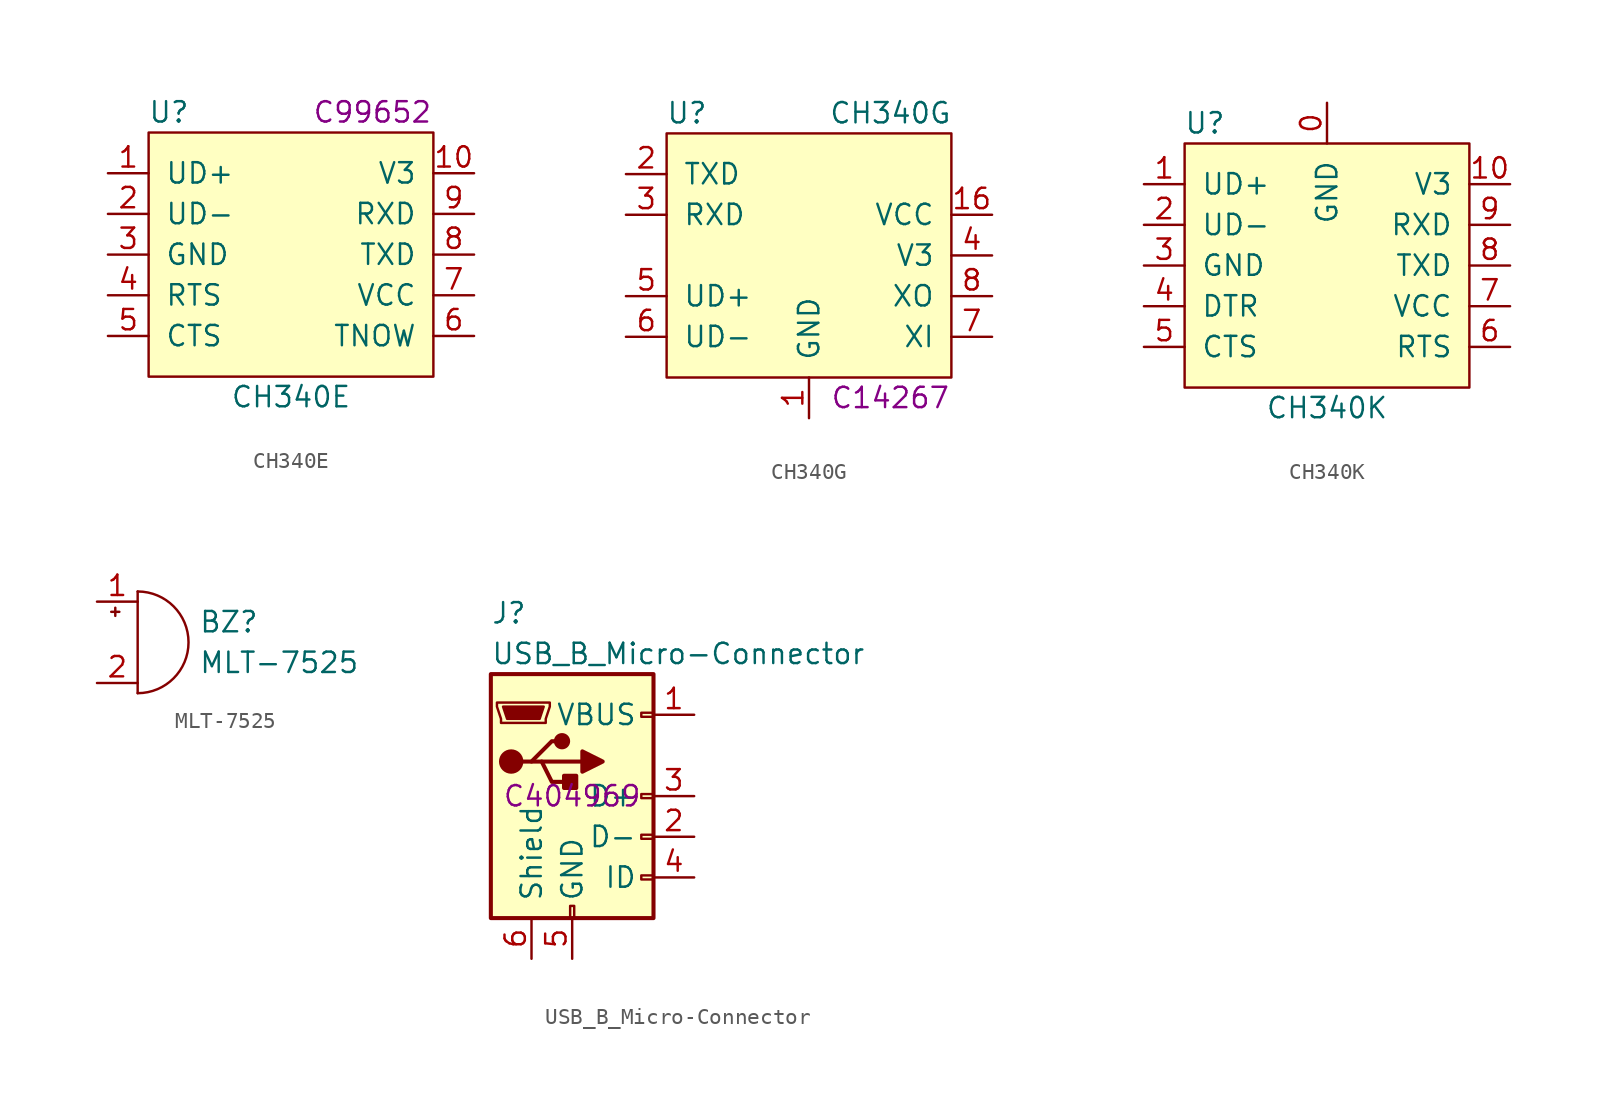
<source format=kicad_sym>
(kicad_symbol_lib
  (version 20211014)
  (generator kicad_symbol_editor)
  (symbol "CH340E"
    (pin_names
      (offset 1.016))
    (property "Reference" "U"
      (at -7.62 8.89 0)
      (effects (font (size 1.27 1.27))))
    (property "Value" "CH340E"
      (at 0 -8.89 0)
      (effects (font (size 1.27 1.27))))
    (property "LCSC" "C99652"
      (at 5.08 8.89 0)
      (effects (font (size 1.27 1.27))))
    (symbol "CH340E_0_1"
      (rectangle (start -8.89 7.62) (end 8.89 -7.62) (stroke (width 0) (type default) (color 0 0 0 0)) (fill (type background))))
    (symbol "CH340E_1_1"
      (pin input line (at -11.43 5.08 0) (length 2.54) (name "UD+" (effects (font (size 1.27 1.27)))) (number "1" (effects (font (size 1.27 1.27)))))
      (pin input line (at 11.43 5.08 180) (length 2.54) (name "V3" (effects (font (size 1.27 1.27)))) (number "10" (effects (font (size 1.27 1.27)))))
      (pin input line (at -11.43 2.54 0) (length 2.54) (name "UD-" (effects (font (size 1.27 1.27)))) (number "2" (effects (font (size 1.27 1.27)))))
      (pin input line (at -11.43 0 0) (length 2.54) (name "GND" (effects (font (size 1.27 1.27)))) (number "3" (effects (font (size 1.27 1.27)))))
      (pin input line (at -11.43 -2.54 0) (length 2.54) (name "RTS" (effects (font (size 1.27 1.27)))) (number "4" (effects (font (size 1.27 1.27)))))
      (pin input line (at -11.43 -5.08 0) (length 2.54) (name "CTS" (effects (font (size 1.27 1.27)))) (number "5" (effects (font (size 1.27 1.27)))))
      (pin input line (at 11.43 -5.08 180) (length 2.54) (name "TNOW" (effects (font (size 1.27 1.27)))) (number "6" (effects (font (size 1.27 1.27)))))
      (pin input line (at 11.43 -2.54 180) (length 2.54) (name "VCC" (effects (font (size 1.27 1.27)))) (number "7" (effects (font (size 1.27 1.27)))))
      (pin input line (at 11.43 0 180) (length 2.54) (name "TXD" (effects (font (size 1.27 1.27)))) (number "8" (effects (font (size 1.27 1.27)))))
      (pin output line (at 11.43 2.54 180) (length 2.54) (name "RXD" (effects (font (size 1.27 1.27)))) (number "9" (effects (font (size 1.27 1.27)))))))
  (symbol "CH340G"
    (pin_names
      (offset 1.016))
    (property "Reference" "U"
      (at -7.62 8.89 0)
      (effects (font (size 1.27 1.27))))
    (property "Value" "CH340G"
      (at 5.08 8.89 0)
      (effects (font (size 1.27 1.27))))
    (property "LCSC" "C14267"
      (at 5.08 -8.89 0)
      (effects (font (size 1.27 1.27))))
    (symbol "CH340G_0_1"
      (rectangle (start -8.89 7.62) (end 8.89 -7.62) (stroke (width 0) (type default) (color 0 0 0 0)) (fill (type background))))
    (symbol "CH340G_1_1"
      (pin input line (at 0 -10.16 90) (length 2.54) (name "GND" (effects (font (size 1.27 1.27)))) (number "1" (effects (font (size 1.27 1.27)))))
      (pin input line (at 11.43 2.54 180) (length 2.54) (name "VCC" (effects (font (size 1.27 1.27)))) (number "16" (effects (font (size 1.27 1.27)))))
      (pin output line (at -11.43 5.08 0) (length 2.54) (name "TXD" (effects (font (size 1.27 1.27)))) (number "2" (effects (font (size 1.27 1.27)))))
      (pin input line (at -11.43 2.54 0) (length 2.54) (name "RXD" (effects (font (size 1.27 1.27)))) (number "3" (effects (font (size 1.27 1.27)))))
      (pin input line (at 11.43 0 180) (length 2.54) (name "V3" (effects (font (size 1.27 1.27)))) (number "4" (effects (font (size 1.27 1.27)))))
      (pin input line (at -11.43 -2.54 0) (length 2.54) (name "UD+" (effects (font (size 1.27 1.27)))) (number "5" (effects (font (size 1.27 1.27)))))
      (pin input line (at -11.43 -5.08 0) (length 2.54) (name "UD-" (effects (font (size 1.27 1.27)))) (number "6" (effects (font (size 1.27 1.27)))))
      (pin input line (at 11.43 -5.08 180) (length 2.54) (name "XI" (effects (font (size 1.27 1.27)))) (number "7" (effects (font (size 1.27 1.27)))))
      (pin input line (at 11.43 -2.54 180) (length 2.54) (name "XO" (effects (font (size 1.27 1.27)))) (number "8" (effects (font (size 1.27 1.27)))))))
  (symbol "CH340K"
    (pin_names
      (offset 1.016))
    (property "Reference" "U"
      (at -7.62 8.89 0)
      (effects (font (size 1.27 1.27))))
    (property "Value" "CH340K"
      (at 0 -8.89 0)
      (effects (font (size 1.27 1.27))))
    (symbol "CH340K_0_1"
      (rectangle (start -8.89 7.62) (end 8.89 -7.62) (stroke (width 0) (type default) (color 0 0 0 0)) (fill (type background))))
    (symbol "CH340K_1_1"
      (pin input line (at 0 10.16 270) (length 2.54) (name "GND" (effects (font (size 1.27 1.27)))) (number "0" (effects (font (size 1.27 1.27)))))
      (pin input line (at -11.43 5.08 0) (length 2.54) (name "UD+" (effects (font (size 1.27 1.27)))) (number "1" (effects (font (size 1.27 1.27)))))
      (pin input line (at 11.43 5.08 180) (length 2.54) (name "V3" (effects (font (size 1.27 1.27)))) (number "10" (effects (font (size 1.27 1.27)))))
      (pin input line (at -11.43 2.54 0) (length 2.54) (name "UD-" (effects (font (size 1.27 1.27)))) (number "2" (effects (font (size 1.27 1.27)))))
      (pin input line (at -11.43 0 0) (length 2.54) (name "GND" (effects (font (size 1.27 1.27)))) (number "3" (effects (font (size 1.27 1.27)))))
      (pin input line (at -11.43 -2.54 0) (length 2.54) (name "DTR" (effects (font (size 1.27 1.27)))) (number "4" (effects (font (size 1.27 1.27)))))
      (pin input line (at -11.43 -5.08 0) (length 2.54) (name "CTS" (effects (font (size 1.27 1.27)))) (number "5" (effects (font (size 1.27 1.27)))))
      (pin input line (at 11.43 -5.08 180) (length 2.54) (name "RTS" (effects (font (size 1.27 1.27)))) (number "6" (effects (font (size 1.27 1.27)))))
      (pin input line (at 11.43 -2.54 180) (length 2.54) (name "VCC" (effects (font (size 1.27 1.27)))) (number "7" (effects (font (size 1.27 1.27)))))
      (pin input line (at 11.43 0 180) (length 2.54) (name "TXD" (effects (font (size 1.27 1.27)))) (number "8" (effects (font (size 1.27 1.27)))))
      (pin output line (at 11.43 2.54 180) (length 2.54) (name "RXD" (effects (font (size 1.27 1.27)))) (number "9" (effects (font (size 1.27 1.27)))))))
  (symbol "MLT-7525"
    (pin_names
      (offset 0.025) hide)
    (property "Reference" "BZ"
      (at 3.81 1.27 0)
      (effects (font (size 1.27 1.27)) (justify left)))
    (property "Value" "MLT-7525"
      (at 3.81 -1.27 0)
      (effects (font (size 1.27 1.27)) (justify left)))
    (symbol "MLT-7525_0_1"
      (arc (start 0 -3.175) (mid 3.175 0) (end 0 3.175) (stroke (width 0) (type default) (color 0 0 0 0)) (fill (type none)))
      (polyline (pts (xy -1.651 1.905) (xy -1.143 1.905)) (stroke (width 0) (type default) (color 0 0 0 0)) (fill (type none)))
      (polyline (pts (xy -1.397 2.159) (xy -1.397 1.651)) (stroke (width 0) (type default) (color 0 0 0 0)) (fill (type none)))
      (polyline (pts (xy 0 3.175) (xy 0 -3.175)) (stroke (width 0) (type default) (color 0 0 0 0)) (fill (type none))))
    (symbol "MLT-7525_1_1"
      (pin passive line (at -2.54 2.54 0) (length 2.54) (name "-" (effects (font (size 1.27 1.27)))) (number "1" (effects (font (size 1.27 1.27)))))
      (pin passive line (at -2.54 -2.54 0) (length 2.54) (name "+" (effects (font (size 1.27 1.27)))) (number "2" (effects (font (size 1.27 1.27)))))))
  (symbol "USB_B_Micro-Connector"
    (pin_names
      (offset 1.016))
    (property "Reference" "J"
      (at -5.08 11.43 0)
      (effects (font (size 1.27 1.27)) (justify left)))
    (property "Value" "USB_B_Micro-Connector"
      (at -5.08 8.89 0)
      (effects (font (size 1.27 1.27)) (justify left)))
    (property "LCSC" "C404969"
      (at 0 0 0)
      (effects (font (size 1.27 1.27))))
    (symbol "USB_B_Micro-Connector_0_1"
      (rectangle (start -5.08 -7.62) (end 5.08 7.62) (stroke (width 0.254) (type default) (color 0 0 0 0)) (fill (type background)))
      (circle (center -3.81 2.159) (radius 0.635) (stroke (width 0.254) (type default) (color 0 0 0 0)) (fill (type outline)))
      (circle (center -0.635 3.429) (radius 0.381) (stroke (width 0.254) (type default) (color 0 0 0 0)) (fill (type outline)))
      (rectangle (start -0.127 -7.62) (end 0.127 -6.858) (stroke (width 0) (type default) (color 0 0 0 0)) (fill (type none)))
      (polyline (pts (xy -1.905 2.159) (xy 0.635 2.159)) (stroke (width 0.254) (type default) (color 0 0 0 0)) (fill (type none)))
      (polyline (pts (xy -3.175 2.159) (xy -2.54 2.159) (xy -1.27 3.429) (xy -0.635 3.429)) (stroke (width 0.254) (type default) (color 0 0 0 0)) (fill (type none)))
      (polyline (pts (xy -2.54 2.159) (xy -1.905 2.159) (xy -1.27 0.889) (xy 0 0.889)) (stroke (width 0.254) (type default) (color 0 0 0 0)) (fill (type none)))
      (polyline (pts (xy 0.635 2.794) (xy 0.635 1.524) (xy 1.905 2.159) (xy 0.635 2.794)) (stroke (width 0.254) (type default) (color 0 0 0 0)) (fill (type outline)))
      (polyline (pts (xy -4.318 5.588) (xy -1.778 5.588) (xy -2.032 4.826) (xy -4.064 4.826) (xy -4.318 5.588)) (stroke (width 0) (type default) (color 0 0 0 0)) (fill (type outline)))
      (polyline (pts (xy -4.699 5.842) (xy -4.699 5.588) (xy -4.445 4.826) (xy -4.445 4.572) (xy -1.651 4.572) (xy -1.651 4.826) (xy -1.397 5.588) (xy -1.397 5.842) (xy -4.699 5.842)) (stroke (width 0) (type default) (color 0 0 0 0)) (fill (type none)))
      (rectangle (start 0.254 1.27) (end -0.508 0.508) (stroke (width 0.254) (type default) (color 0 0 0 0)) (fill (type outline)))
      (rectangle (start 5.08 -5.207) (end 4.318 -4.953) (stroke (width 0) (type default) (color 0 0 0 0)) (fill (type none)))
      (rectangle (start 5.08 -2.667) (end 4.318 -2.413) (stroke (width 0) (type default) (color 0 0 0 0)) (fill (type none)))
      (rectangle (start 5.08 -0.127) (end 4.318 0.127) (stroke (width 0) (type default) (color 0 0 0 0)) (fill (type none)))
      (rectangle (start 5.08 4.953) (end 4.318 5.207) (stroke (width 0) (type default) (color 0 0 0 0)) (fill (type none))))
    (symbol "USB_B_Micro-Connector_1_1"
      (pin power_out line (at 7.62 5.08 180) (length 2.54) (name "VBUS" (effects (font (size 1.27 1.27)))) (number "1" (effects (font (size 1.27 1.27)))))
      (pin bidirectional line (at 7.62 -2.54 180) (length 2.54) (name "D-" (effects (font (size 1.27 1.27)))) (number "2" (effects (font (size 1.27 1.27)))))
      (pin bidirectional line (at 7.62 0 180) (length 2.54) (name "D+" (effects (font (size 1.27 1.27)))) (number "3" (effects (font (size 1.27 1.27)))))
      (pin passive line (at 7.62 -5.08 180) (length 2.54) (name "ID" (effects (font (size 1.27 1.27)))) (number "4" (effects (font (size 1.27 1.27)))))
      (pin power_out line (at 0 -10.16 90) (length 2.54) (name "GND" (effects (font (size 1.27 1.27)))) (number "5" (effects (font (size 1.27 1.27)))))
      (pin passive line (at -2.54 -10.16 90) (length 2.54) (name "Shield" (effects (font (size 1.27 1.27)))) (number "6" (effects (font (size 1.27 1.27))))))))
</source>
